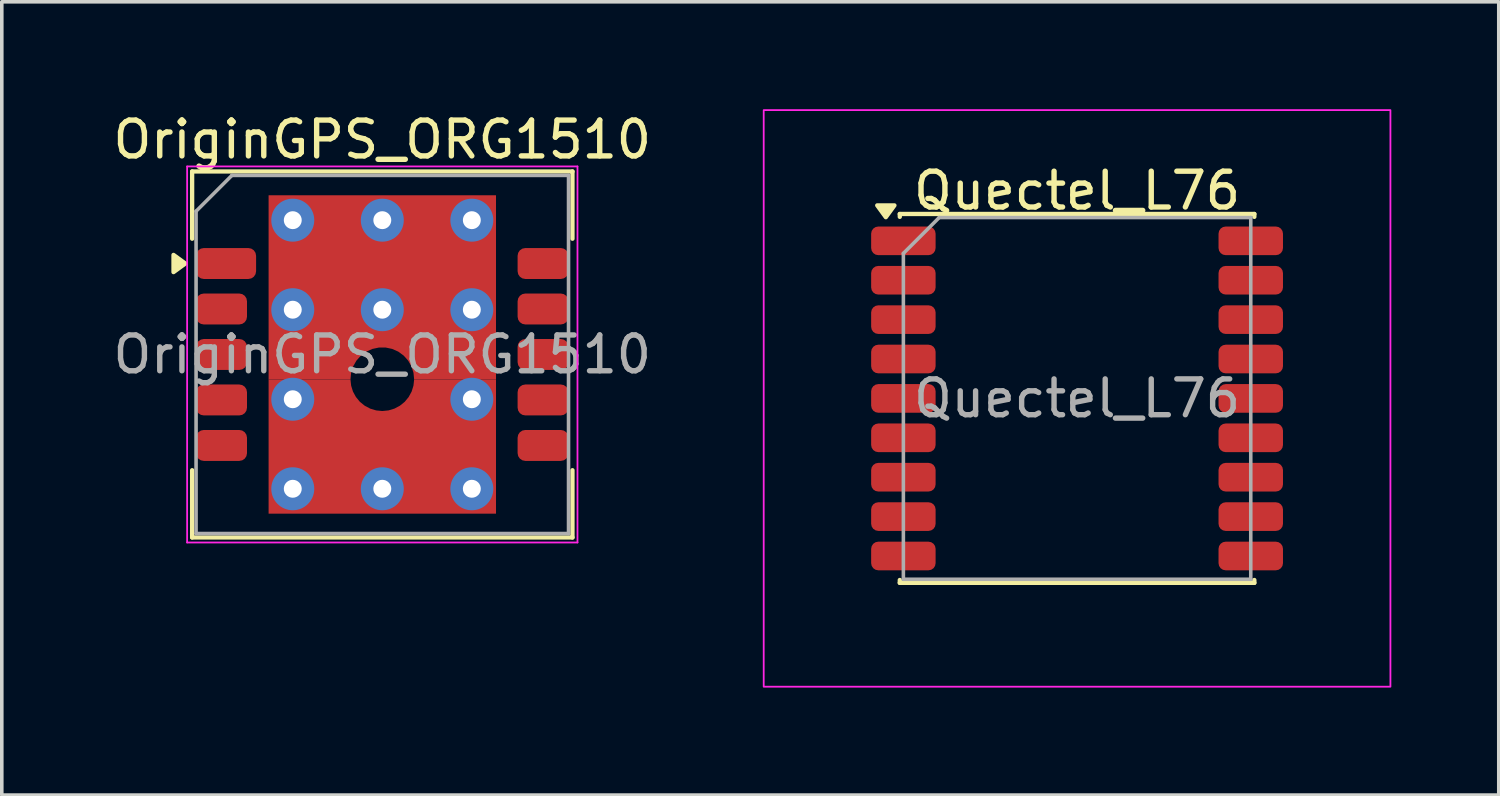
<source format=kicad_pcb>
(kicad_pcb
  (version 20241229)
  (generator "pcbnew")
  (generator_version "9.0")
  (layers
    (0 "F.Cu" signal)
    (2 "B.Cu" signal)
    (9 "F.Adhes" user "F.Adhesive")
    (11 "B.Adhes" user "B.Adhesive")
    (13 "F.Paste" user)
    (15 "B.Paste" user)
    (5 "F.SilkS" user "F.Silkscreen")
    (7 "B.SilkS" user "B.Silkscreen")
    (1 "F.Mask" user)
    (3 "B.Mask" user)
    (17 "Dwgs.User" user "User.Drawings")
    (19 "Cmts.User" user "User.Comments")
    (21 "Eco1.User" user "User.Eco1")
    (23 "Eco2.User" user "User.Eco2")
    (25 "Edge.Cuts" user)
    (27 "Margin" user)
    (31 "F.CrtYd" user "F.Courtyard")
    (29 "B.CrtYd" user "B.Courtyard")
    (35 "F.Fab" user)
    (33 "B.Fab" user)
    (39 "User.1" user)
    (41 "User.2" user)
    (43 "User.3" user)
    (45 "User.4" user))
  (footprint "OriginGPS_ORG1510"
    (layer "F.Cu")
    (at 7.625 6.848)
    (property "Reference" "OriginGPS_ORG1510" (at 0 -6 0) (layer "F.SilkS") (effects (font (size 1 1) (thickness 0.15))))
    (attr smd)
    (fp_line (start -5.31 -5.11) (end -5.31 -3.232) (stroke (width 0.12) (type default)) (layer "F.SilkS"))
    (fp_line (start -5.31 -5.11) (end 5.31 -5.11) (stroke (width 0.12) (type solid)) (layer "F.SilkS"))
    (fp_line (start -5.31 3.232) (end -5.31 5.11) (stroke (width 0.12) (type default)) (layer "F.SilkS"))
    (fp_line (start -5.31 5.11) (end 5.31 5.11) (stroke (width 0.12) (type solid)) (layer "F.SilkS"))
    (fp_line (start 5.31 -5.11) (end 5.31 -3.232) (stroke (width 0.12) (type default)) (layer "F.SilkS"))
    (fp_line (start 5.31 3.232) (end 5.31 5.11) (stroke (width 0.12) (type default)) (layer "F.SilkS"))
    (fp_poly (pts (xy -5.5 -2.54) (xy -5.83 -2.3) (xy -5.83 -2.78) (xy -5.5 -2.54)) (stroke (width 0.12) (type solid)) (fill yes) (layer "F.SilkS"))
    (fp_line (start -5.45 -5.25) (end -5.45 5.25) (stroke (width 0.05) (type default)) (layer "F.CrtYd"))
    (fp_line (start -5.45 -5.25) (end 5.45 -5.25) (stroke (width 0.05) (type default)) (layer "F.CrtYd"))
    (fp_line (start -5.45 5.25) (end 5.45 5.25) (stroke (width 0.05) (type default)) (layer "F.CrtYd"))
    (fp_line (start 5.45 -5.25) (end 5.45 5.25) (stroke (width 0.05) (type default)) (layer "F.CrtYd"))
    (fp_line (start -5.2 -4) (end -5.2 5) (stroke (width 0.1) (type solid)) (layer "F.Fab"))
    (fp_line (start -5.2 5) (end 5.2 5) (stroke (width 0.1) (type solid)) (layer "F.Fab"))
    (fp_line (start -4.2 -5) (end -5.2 -4) (stroke (width 0.1) (type default)) (layer "F.Fab"))
    (fp_line (start -4.2 -5) (end 5.2 -5) (stroke (width 0.1) (type solid)) (layer "F.Fab"))
    (fp_line (start 5.2 -5) (end 5.2 5) (stroke (width 0.1) (type solid)) (layer "F.Fab"))
    (fp_text user "${REFERENCE}" (at 0 0 0) (layer "F.Fab") (effects (font (size 1 1) (thickness 0.15))))
    (pad "1" smd roundrect (at -4.362 -2.54) (size 1.676 0.864) (layers "F.Cu" "F.Mask" "F.Paste") (roundrect_rratio 0.25))
    (pad "2" smd roundrect (at -4.489 -1.27) (size 1.422 0.864) (layers "F.Cu" "F.Mask" "F.Paste") (roundrect_rratio 0.25))
    (pad "3" smd roundrect (at -4.489 0) (size 1.422 0.864) (layers "F.Cu" "F.Mask" "F.Paste") (roundrect_rratio 0.25))
    (pad "4" smd roundrect (at -4.489 1.27) (size 1.422 0.864) (layers "F.Cu" "F.Mask" "F.Paste") (roundrect_rratio 0.25))
    (pad "5" smd roundrect (at -4.489 2.54) (size 1.422 0.864) (layers "F.Cu" "F.Mask" "F.Paste") (roundrect_rratio 0.25))
    (pad "6" smd roundrect (at 4.489 2.54) (size 1.422 0.864) (layers "F.Cu" "F.Mask" "F.Paste") (roundrect_rratio 0.25))
    (pad "7" smd roundrect (at 4.489 1.27) (size 1.422 0.864) (layers "F.Cu" "F.Mask" "F.Paste") (roundrect_rratio 0.25))
    (pad "8" smd roundrect (at 4.489 0) (size 1.422 0.864) (layers "F.Cu" "F.Mask" "F.Paste") (roundrect_rratio 0.25))
    (pad "9" smd roundrect (at 4.489 -1.27) (size 1.422 0.864) (layers "F.Cu" "F.Mask" "F.Paste") (roundrect_rratio 0.25))
    (pad "10" smd roundrect (at 4.489 -2.54) (size 1.422 0.864) (layers "F.Cu" "F.Mask" "F.Paste") (roundrect_rratio 0.25))
    (pad "11" thru_hole circle (at -2.5 -3.75) (size 1.2 1.2) (drill 0.5) (layers "*.Cu" "B.Mask"))
    (pad "11" thru_hole circle (at -2.5 -1.25 90) (size 1.2 1.2) (drill 0.5) (layers "*.Cu" "B.Mask"))
    (pad "11" thru_hole circle (at -2.5 1.25 90) (size 1.2 1.2) (drill 0.5) (layers "*.Cu" "B.Mask"))
    (pad "11" thru_hole circle (at -2.5 3.75 90) (size 1.2 1.2) (drill 0.5) (layers "*.Cu" "B.Mask"))
    (pad "11" thru_hole circle (at 0 -3.75) (size 1.2 1.2) (drill 0.5) (layers "*.Cu" "B.Mask"))
    (pad "11" smd custom (at 0 -2.665) (size 0.6 0.6) (layers "F.Cu") (options (anchor circle)) (primitives (gr_poly (pts (xy 0.889 3.363) (xy 0.871 3.177) (xy 0.815 2.999) (xy 0.722 2.836) (xy 0.598 2.697) (xy 0.447 2.586) (xy 0.276 2.51) (xy 0.093 2.471) (xy -0.093 2.471) (xy -0.276 2.51) (xy -0.447 2.586) (xy -0.598 2.697) (xy -0.722 2.836) (xy -0.815 2.999) (xy -0.871 3.177) (xy -0.889 3.363) (xy -3.175 3.363) (xy -3.175 -1.78) (xy 3.175 -1.78) (xy 3.175 3.363)) (width 0) (fill yes))))
    (pad "11" thru_hole circle (at 0 -1.25) (size 1.2 1.2) (drill 0.5) (layers "*.Cu" "B.Mask"))
    (pad "11" smd custom (at 0 3.442 90) (size 0.5 0.5) (layers "F.Cu") (options (anchor circle)) (primitives (gr_poly (pts (xy 2.571 -0.87) (xy 2.406 -0.819) (xy 2.254 -0.736) (xy 2.12 -0.626) (xy 2.011 -0.491) (xy 1.93 -0.338) (xy 1.88 -0.172) (xy 1.863 0) (xy 1.88 0.172) (xy 1.93 0.338) (xy 2.011 0.491) (xy 2.12 0.626) (xy 2.254 0.736) (xy 2.406 0.819) (xy 2.571 0.87) (xy 2.744 0.889) (xy 2.744 3.175) (xy -1.003 3.175) (xy -1.003 -3.175) (xy 2.744 -3.175) (xy 2.744 -0.889)) (width 0) (fill yes))))
    (pad "11" thru_hole circle (at 0 3.75) (size 1.2 1.2) (drill 0.5) (layers "*.Cu" "B.Mask"))
    (pad "11" thru_hole circle (at 2.5 -3.75) (size 1.2 1.2) (drill 0.5) (layers "*.Cu" "B.Mask"))
    (pad "11" thru_hole circle (at 2.5 -1.25) (size 1.2 1.2) (drill 0.5) (layers "*.Cu" "B.Mask"))
    (pad "11" thru_hole circle (at 2.5 1.25) (size 1.2 1.2) (drill 0.5) (layers "*.Cu" "B.Mask"))
    (pad "11" thru_hole circle (at 2.5 3.75 90) (size 1.2 1.2) (drill 0.5) (layers "*.Cu" "B.Mask"))
    (zone (net_name "") (layer "F.Cu") (hatch edge 0.5) (connect_pads) (min_thickness 0.25) (filled_areas_thickness no) (keepout (tracks allowed) (vias allowed) (pads allowed) (copperpour not_allowed) (footprints allowed)) (placement (enabled no)) (fill) (polygon (pts (xy 6.736 7.546) (xy 6.754 7.36) (xy 6.81 7.182) (xy 6.903 7.019) (xy 7.027 6.88) (xy 7.178 6.769) (xy 7.349 6.693) (xy 7.532 6.654) (xy 7.718 6.654) (xy 7.901 6.693) (xy 8.072 6.769) (xy 8.223 6.88) (xy 8.347 7.019) (xy 8.44 7.182) (xy 8.496 7.36) (xy 8.514 7.546) (xy 8.495 7.719) (xy 8.444 7.884) (xy 8.361 8.036) (xy 8.251 8.17) (xy 8.116 8.279) (xy 7.963 8.36) (xy 7.797 8.41) (xy 7.625 8.427) (xy 7.453 8.41) (xy 7.287 8.36) (xy 7.134 8.279) (xy 6.999 8.17) (xy 6.889 8.036) (xy 6.806 7.884) (xy 6.755 7.719)))))
  (footprint "Quectel_L76"
    (layer "F.Cu")
    (at 27.025 8.075)
    (property "Reference" "Quectel_L76" (at 0 -5.8 0) (layer "F.SilkS") (effects (font (size 1 1) (thickness 0.15))))
    (attr smd)
    (fp_line (start -4.95 -5.07) (end -4.95 -5.15) (stroke (width 0.12) (type solid)) (layer "F.SilkS"))
    (fp_line (start -4.95 5.07) (end -4.95 5.15) (stroke (width 0.12) (type solid)) (layer "F.SilkS"))
    (fp_line (start -4.95 5.15) (end 4.95 5.15) (stroke (width 0.12) (type solid)) (layer "F.SilkS"))
    (fp_line (start 4.95 -5.15) (end -4.95 -5.15) (stroke (width 0.12) (type solid)) (layer "F.SilkS"))
    (fp_line (start 4.95 -5.07) (end 4.95 -5.15) (stroke (width 0.12) (type solid)) (layer "F.SilkS"))
    (fp_line (start 4.95 5.07) (end 4.95 5.15) (stroke (width 0.12) (type solid)) (layer "F.SilkS"))
    (fp_poly (pts (xy -5.34 -5.06) (xy -5.58 -5.39) (xy -5.1 -5.39) (xy -5.34 -5.06)) (stroke (width 0.12) (type solid)) (fill yes) (layer "F.SilkS"))
    (fp_rect (start -8.75 -8.05) (end 8.75 8.05) (stroke (width 0.05) (type solid)) (fill no) (layer "F.CrtYd"))
    (fp_line (start -4.85 -4.05) (end -4.85 5.05) (stroke (width 0.1) (type solid)) (layer "F.Fab"))
    (fp_line (start -4.85 5.05) (end 4.85 5.05) (stroke (width 0.1) (type solid)) (layer "F.Fab"))
    (fp_line (start -3.85 -5.05) (end -4.85 -4.05) (stroke (width 0.1) (type solid)) (layer "F.Fab"))
    (fp_line (start 4.85 -5.05) (end -3.85 -5.05) (stroke (width 0.1) (type solid)) (layer "F.Fab"))
    (fp_line (start 4.85 5.05) (end 4.85 -5.05) (stroke (width 0.1) (type solid)) (layer "F.Fab"))
    (fp_text user "${REFERENCE}" (at 0 0 0) (layer "F.Fab") (effects (font (size 1 1) (thickness 0.15))))
    (pad "1" smd roundrect (at -4.85 -4.4) (size 1.8 0.8) (layers "F.Cu" "F.Mask" "F.Paste") (roundrect_rratio 0.25))
    (pad "2" smd roundrect (at -4.85 -3.3) (size 1.8 0.8) (layers "F.Cu" "F.Mask" "F.Paste") (roundrect_rratio 0.25))
    (pad "3" smd roundrect (at -4.85 -2.2) (size 1.8 0.8) (layers "F.Cu" "F.Mask" "F.Paste") (roundrect_rratio 0.25))
    (pad "4" smd roundrect (at -4.85 -1.1) (size 1.8 0.8) (layers "F.Cu" "F.Mask" "F.Paste") (roundrect_rratio 0.25))
    (pad "5" smd roundrect (at -4.85 0) (size 1.8 0.8) (layers "F.Cu" "F.Mask" "F.Paste") (roundrect_rratio 0.25))
    (pad "6" smd roundrect (at -4.85 1.1) (size 1.8 0.8) (layers "F.Cu" "F.Mask" "F.Paste") (roundrect_rratio 0.25))
    (pad "7" smd roundrect (at -4.85 2.2) (size 1.8 0.8) (layers "F.Cu" "F.Mask" "F.Paste") (roundrect_rratio 0.25))
    (pad "8" smd roundrect (at -4.85 3.3) (size 1.8 0.8) (layers "F.Cu" "F.Mask" "F.Paste") (roundrect_rratio 0.25))
    (pad "9" smd roundrect (at -4.85 4.4) (size 1.8 0.8) (layers "F.Cu" "F.Mask" "F.Paste") (roundrect_rratio 0.25))
    (pad "10" smd roundrect (at 4.85 4.4) (size 1.8 0.8) (layers "F.Cu" "F.Mask" "F.Paste") (roundrect_rratio 0.25))
    (pad "11" smd roundrect (at 4.85 3.3) (size 1.8 0.8) (layers "F.Cu" "F.Mask" "F.Paste") (roundrect_rratio 0.25))
    (pad "12" smd roundrect (at 4.85 2.2) (size 1.8 0.8) (layers "F.Cu" "F.Mask" "F.Paste") (roundrect_rratio 0.25))
    (pad "13" smd roundrect (at 4.85 1.1) (size 1.8 0.8) (layers "F.Cu" "F.Mask" "F.Paste") (roundrect_rratio 0.25))
    (pad "14" smd roundrect (at 4.85 0) (size 1.8 0.8) (layers "F.Cu" "F.Mask" "F.Paste") (roundrect_rratio 0.25))
    (pad "15" smd roundrect (at 4.85 -1.1) (size 1.8 0.8) (layers "F.Cu" "F.Mask" "F.Paste") (roundrect_rratio 0.25))
    (pad "16" smd roundrect (at 4.85 -2.2) (size 1.8 0.8) (layers "F.Cu" "F.Mask" "F.Paste") (roundrect_rratio 0.25))
    (pad "17" smd roundrect (at 4.85 -3.3) (size 1.8 0.8) (layers "F.Cu" "F.Mask" "F.Paste") (roundrect_rratio 0.25))
    (pad "18" smd roundrect (at 4.85 -4.4) (size 1.8 0.8) (layers "F.Cu" "F.Mask" "F.Paste") (roundrect_rratio 0.25)))
  (gr_rect
    (start -3 -3)
    (end 38.8 19.15)
    (stroke (width 0.1) (type default))
    (fill no)
    (layer "Edge.Cuts")))
</source>
